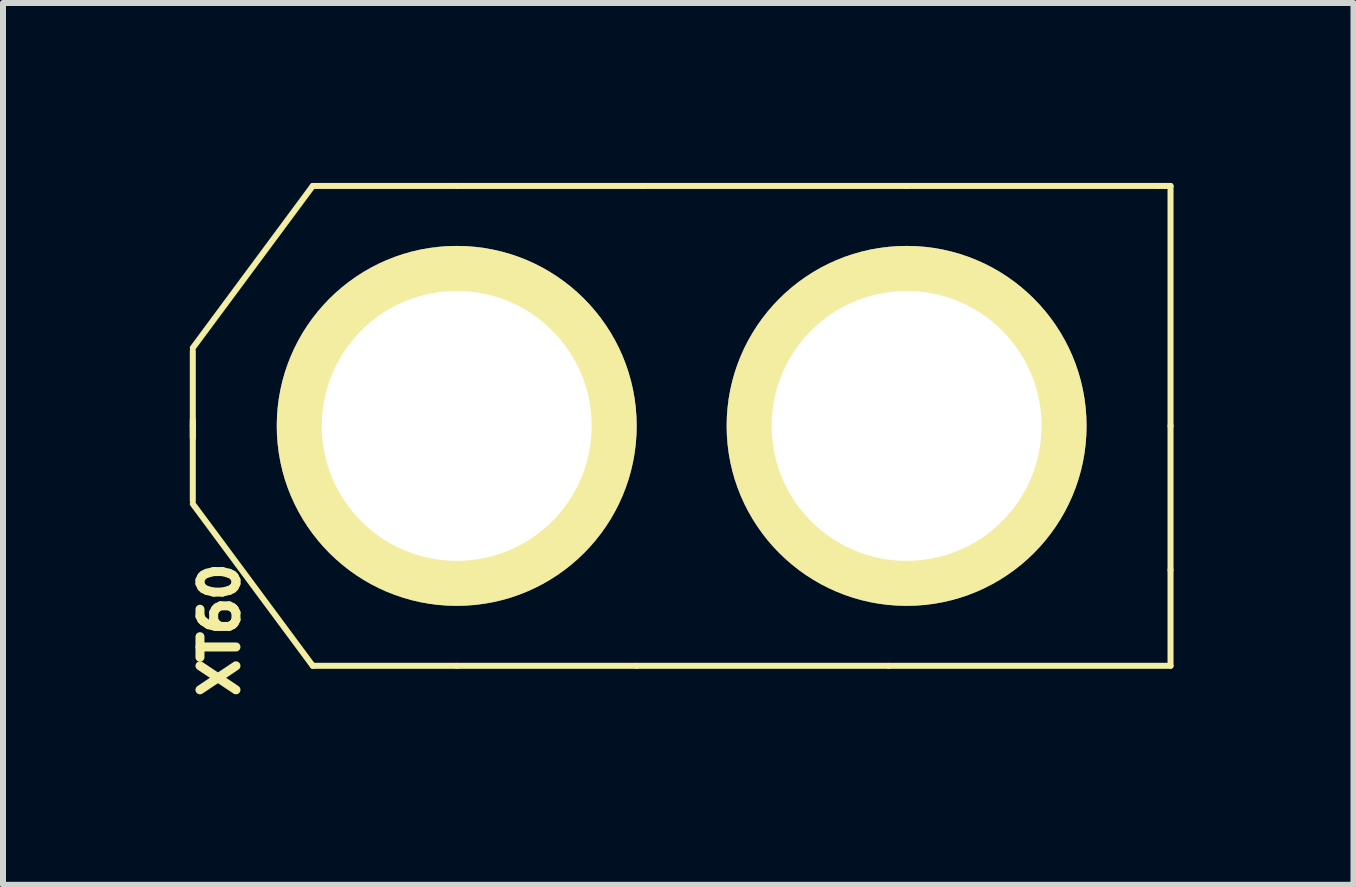
<source format=kicad_pcb>
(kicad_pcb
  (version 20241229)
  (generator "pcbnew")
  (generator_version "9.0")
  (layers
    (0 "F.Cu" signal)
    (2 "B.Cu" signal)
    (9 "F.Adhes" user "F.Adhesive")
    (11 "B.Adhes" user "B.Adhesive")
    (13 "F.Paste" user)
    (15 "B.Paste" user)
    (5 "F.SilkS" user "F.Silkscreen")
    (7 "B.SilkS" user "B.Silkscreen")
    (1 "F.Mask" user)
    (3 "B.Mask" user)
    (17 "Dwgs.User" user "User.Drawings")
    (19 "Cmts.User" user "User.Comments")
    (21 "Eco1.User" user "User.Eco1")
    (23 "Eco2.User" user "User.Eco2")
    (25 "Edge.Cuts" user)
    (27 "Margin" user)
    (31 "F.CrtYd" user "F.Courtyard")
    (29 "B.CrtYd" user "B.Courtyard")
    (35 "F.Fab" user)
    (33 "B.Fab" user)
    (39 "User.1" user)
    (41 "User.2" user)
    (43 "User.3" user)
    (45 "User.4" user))
  (footprint "XT60"
    (layer "F.Cu")
    (at 4.564 4.05)
    (property "Reference" "XT60" (at -3.95 3.4 90) (layer "F.SilkS") (effects (font (size 0.6 0.6) (thickness 0.15))))
    (attr through_hole)
    (fp_line (start -4.4 -0.1) (end -4.4 0.2) (stroke (width 0.1) (type solid)) (layer "F.SilkS"))
    (fp_line (start -4.4 0) (end -4.4 -1.25) (stroke (width 0.1) (type solid)) (layer "F.SilkS"))
    (fp_line (start -4.4 0) (end -4.4 1.25) (stroke (width 0.1) (type solid)) (layer "F.SilkS"))
    (fp_line (start -2.4 -4) (end -4.4 -1.3) (stroke (width 0.1) (type solid)) (layer "F.SilkS"))
    (fp_line (start -2.4 4) (end -4.4 1.3) (stroke (width 0.1) (type solid)) (layer "F.SilkS"))
    (fp_line (start 0 -4) (end -2.4 -4) (stroke (width 0.1) (type solid)) (layer "F.SilkS"))
    (fp_line (start 0 4) (end -2.4 4) (stroke (width 0.1) (type solid)) (layer "F.SilkS"))
    (fp_line (start 3 4) (end 0 4) (stroke (width 0.1) (type solid)) (layer "F.SilkS"))
    (fp_line (start 3.1 -4) (end 0 -4) (stroke (width 0.1) (type solid)) (layer "F.SilkS"))
    (fp_line (start 7.2 4) (end 3 4) (stroke (width 0.1) (type solid)) (layer "F.SilkS"))
    (fp_line (start 7.2 4) (end 11.9 4) (stroke (width 0.1) (type solid)) (layer "F.SilkS"))
    (fp_line (start 7.5 -4) (end 3.1 -4) (stroke (width 0.1) (type solid)) (layer "F.SilkS"))
    (fp_line (start 7.5 -4) (end 11.7 -4) (stroke (width 0.1) (type solid)) (layer "F.SilkS"))
    (fp_line (start 11.7 -4) (end 11.8 -4) (stroke (width 0.1) (type solid)) (layer "F.SilkS"))
    (fp_line (start 11.8 -4) (end 11.9 -4) (stroke (width 0.1) (type solid)) (layer "F.SilkS"))
    (fp_line (start 11.9 -4) (end 11.9 0) (stroke (width 0.1) (type solid)) (layer "F.SilkS"))
    (fp_line (start 11.9 0) (end 11.9 2.4) (stroke (width 0.1) (type solid)) (layer "F.SilkS"))
    (fp_line (start 11.9 4) (end 11.9 2.4) (stroke (width 0.1) (type solid)) (layer "F.SilkS"))
    (pad "1" thru_hole circle (at 0 0) (size 6 6) (drill 4.5) (layers "*.Cu" "*.Mask" "F.SilkS"))
    (pad "2" thru_hole circle (at 7.5 0) (size 6 6) (drill 4.5) (layers "*.Cu" "*.Mask" "F.SilkS")))
  (gr_rect
    (start -3 -3)
    (end 19.514 11.701)
    (stroke (width 0.1) (type default))
    (fill no)
    (layer "Edge.Cuts")))
</source>
